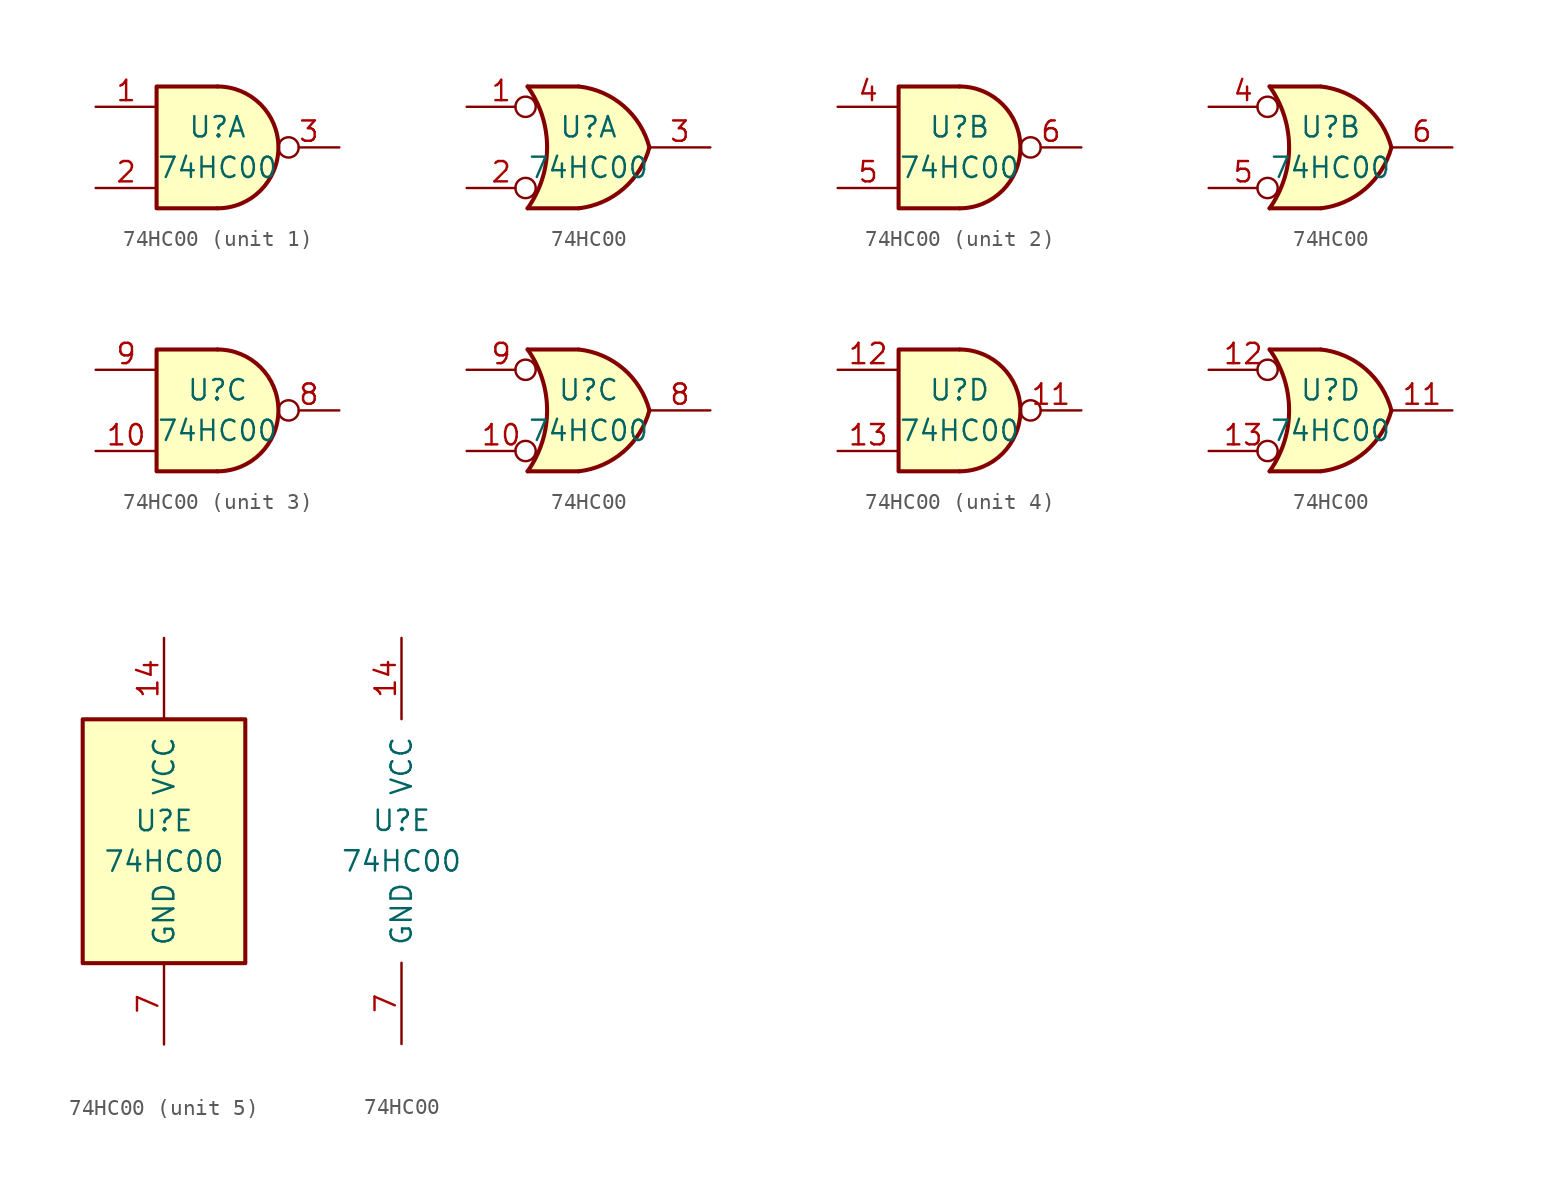
<source format=kicad_sym>
(kicad_symbol_lib
  (version 20241209)
  (generator "kicad_symbol_editor")
  (generator_version "9.0")
  (symbol "74HC00"
    (pin_names
      (offset 1.016))
    (property "Reference" "U"
      (at 0 1.27 0)
      (effects (font (size 1.27 1.27))))
    (property "Value" "74HC00"
      (at 0 -1.27 0)
      (effects (font (size 1.27 1.27))))
    (property "ki_locked" ""
      (at 0 0 0)
      (effects (font (size 1.27 1.27))))
    (symbol "74HC00_1_1"
      (arc (start 0 3.81) (mid 3.7934 0) (end 0 -3.81) (stroke (width 0.254) (type default)) (fill (type background)))
      (polyline (pts (xy 0 3.81) (xy -3.81 3.81) (xy -3.81 -3.81) (xy 0 -3.81)) (stroke (width 0.254) (type default)) (fill (type background)))
      (pin input line (at -7.62 2.54 0) (length 3.81) (name "~" (effects (font (size 1.27 1.27)))) (number "1" (effects (font (size 1.27 1.27)))))
      (pin input line (at -7.62 -2.54 0) (length 3.81) (name "~" (effects (font (size 1.27 1.27)))) (number "2" (effects (font (size 1.27 1.27)))))
      (pin output inverted (at 7.62 0 180) (length 3.81) (name "~" (effects (font (size 1.27 1.27)))) (number "3" (effects (font (size 1.27 1.27))))))
    (symbol "74HC00_1_2"
      (arc (start -3.81 3.81) (mid -2.589 0) (end -3.81 -3.81) (stroke (width 0.254) (type default)) (fill (type none)))
      (polyline (pts (xy -3.81 3.81) (xy -0.635 3.81)) (stroke (width 0.254) (type default)) (fill (type background)))
      (polyline (pts (xy -3.81 -3.81) (xy -0.635 -3.81)) (stroke (width 0.254) (type default)) (fill (type background)))
      (arc (start 3.81 0) (mid 2.1855 -2.584) (end -0.6096 -3.81) (stroke (width 0.254) (type default)) (fill (type background)))
      (arc (start -0.6096 3.81) (mid 2.1928 2.5924) (end 3.81 0) (stroke (width 0.254) (type default)) (fill (type background)))
      (polyline (pts (xy -0.635 3.81) (xy -3.81 3.81) (xy -3.81 3.81) (xy -3.556 3.404) (xy -3.023 2.261) (xy -2.692 1.041) (xy -2.616 -0.254) (xy -2.769 -1.499) (xy -3.175 -2.718) (xy -3.81 -3.81) (xy -3.81 -3.81) (xy -0.635 -3.81)) (stroke (width -25.4) (type default)) (fill (type background)))
      (pin input inverted (at -7.62 2.54 0) (length 4.318) (name "~" (effects (font (size 1.27 1.27)))) (number "1" (effects (font (size 1.27 1.27)))))
      (pin input inverted (at -7.62 -2.54 0) (length 4.318) (name "~" (effects (font (size 1.27 1.27)))) (number "2" (effects (font (size 1.27 1.27)))))
      (pin output line (at 7.62 0 180) (length 3.81) (name "~" (effects (font (size 1.27 1.27)))) (number "3" (effects (font (size 1.27 1.27))))))
    (symbol "74HC00_2_1"
      (arc (start 0 3.81) (mid 3.7934 0) (end 0 -3.81) (stroke (width 0.254) (type default)) (fill (type background)))
      (polyline (pts (xy 0 3.81) (xy -3.81 3.81) (xy -3.81 -3.81) (xy 0 -3.81)) (stroke (width 0.254) (type default)) (fill (type background)))
      (pin input line (at -7.62 2.54 0) (length 3.81) (name "~" (effects (font (size 1.27 1.27)))) (number "4" (effects (font (size 1.27 1.27)))))
      (pin input line (at -7.62 -2.54 0) (length 3.81) (name "~" (effects (font (size 1.27 1.27)))) (number "5" (effects (font (size 1.27 1.27)))))
      (pin output inverted (at 7.62 0 180) (length 3.81) (name "~" (effects (font (size 1.27 1.27)))) (number "6" (effects (font (size 1.27 1.27))))))
    (symbol "74HC00_2_2"
      (arc (start -3.81 3.81) (mid -2.589 0) (end -3.81 -3.81) (stroke (width 0.254) (type default)) (fill (type none)))
      (polyline (pts (xy -3.81 3.81) (xy -0.635 3.81)) (stroke (width 0.254) (type default)) (fill (type background)))
      (polyline (pts (xy -3.81 -3.81) (xy -0.635 -3.81)) (stroke (width 0.254) (type default)) (fill (type background)))
      (arc (start 3.81 0) (mid 2.1855 -2.584) (end -0.6096 -3.81) (stroke (width 0.254) (type default)) (fill (type background)))
      (arc (start -0.6096 3.81) (mid 2.1928 2.5924) (end 3.81 0) (stroke (width 0.254) (type default)) (fill (type background)))
      (polyline (pts (xy -0.635 3.81) (xy -3.81 3.81) (xy -3.81 3.81) (xy -3.556 3.404) (xy -3.023 2.261) (xy -2.692 1.041) (xy -2.616 -0.254) (xy -2.769 -1.499) (xy -3.175 -2.718) (xy -3.81 -3.81) (xy -3.81 -3.81) (xy -0.635 -3.81)) (stroke (width -25.4) (type default)) (fill (type background)))
      (pin input inverted (at -7.62 2.54 0) (length 4.318) (name "~" (effects (font (size 1.27 1.27)))) (number "4" (effects (font (size 1.27 1.27)))))
      (pin input inverted (at -7.62 -2.54 0) (length 4.318) (name "~" (effects (font (size 1.27 1.27)))) (number "5" (effects (font (size 1.27 1.27)))))
      (pin output line (at 7.62 0 180) (length 3.81) (name "~" (effects (font (size 1.27 1.27)))) (number "6" (effects (font (size 1.27 1.27))))))
    (symbol "74HC00_3_1"
      (arc (start 0 3.81) (mid 3.7934 0) (end 0 -3.81) (stroke (width 0.254) (type default)) (fill (type background)))
      (polyline (pts (xy 0 3.81) (xy -3.81 3.81) (xy -3.81 -3.81) (xy 0 -3.81)) (stroke (width 0.254) (type default)) (fill (type background)))
      (pin input line (at -7.62 2.54 0) (length 3.81) (name "~" (effects (font (size 1.27 1.27)))) (number "9" (effects (font (size 1.27 1.27)))))
      (pin input line (at -7.62 -2.54 0) (length 3.81) (name "~" (effects (font (size 1.27 1.27)))) (number "10" (effects (font (size 1.27 1.27)))))
      (pin output inverted (at 7.62 0 180) (length 3.81) (name "~" (effects (font (size 1.27 1.27)))) (number "8" (effects (font (size 1.27 1.27))))))
    (symbol "74HC00_3_2"
      (arc (start -3.81 3.81) (mid -2.589 0) (end -3.81 -3.81) (stroke (width 0.254) (type default)) (fill (type none)))
      (polyline (pts (xy -3.81 3.81) (xy -0.635 3.81)) (stroke (width 0.254) (type default)) (fill (type background)))
      (polyline (pts (xy -3.81 -3.81) (xy -0.635 -3.81)) (stroke (width 0.254) (type default)) (fill (type background)))
      (arc (start 3.81 0) (mid 2.1855 -2.584) (end -0.6096 -3.81) (stroke (width 0.254) (type default)) (fill (type background)))
      (arc (start -0.6096 3.81) (mid 2.1928 2.5924) (end 3.81 0) (stroke (width 0.254) (type default)) (fill (type background)))
      (polyline (pts (xy -0.635 3.81) (xy -3.81 3.81) (xy -3.81 3.81) (xy -3.556 3.404) (xy -3.023 2.261) (xy -2.692 1.041) (xy -2.616 -0.254) (xy -2.769 -1.499) (xy -3.175 -2.718) (xy -3.81 -3.81) (xy -3.81 -3.81) (xy -0.635 -3.81)) (stroke (width -25.4) (type default)) (fill (type background)))
      (pin input inverted (at -7.62 2.54 0) (length 4.318) (name "~" (effects (font (size 1.27 1.27)))) (number "9" (effects (font (size 1.27 1.27)))))
      (pin input inverted (at -7.62 -2.54 0) (length 4.318) (name "~" (effects (font (size 1.27 1.27)))) (number "10" (effects (font (size 1.27 1.27)))))
      (pin output line (at 7.62 0 180) (length 3.81) (name "~" (effects (font (size 1.27 1.27)))) (number "8" (effects (font (size 1.27 1.27))))))
    (symbol "74HC00_4_1"
      (arc (start 0 3.81) (mid 3.7934 0) (end 0 -3.81) (stroke (width 0.254) (type default)) (fill (type background)))
      (polyline (pts (xy 0 3.81) (xy -3.81 3.81) (xy -3.81 -3.81) (xy 0 -3.81)) (stroke (width 0.254) (type default)) (fill (type background)))
      (pin input line (at -7.62 2.54 0) (length 3.81) (name "~" (effects (font (size 1.27 1.27)))) (number "12" (effects (font (size 1.27 1.27)))))
      (pin input line (at -7.62 -2.54 0) (length 3.81) (name "~" (effects (font (size 1.27 1.27)))) (number "13" (effects (font (size 1.27 1.27)))))
      (pin output inverted (at 7.62 0 180) (length 3.81) (name "~" (effects (font (size 1.27 1.27)))) (number "11" (effects (font (size 1.27 1.27))))))
    (symbol "74HC00_4_2"
      (arc (start -3.81 3.81) (mid -2.589 0) (end -3.81 -3.81) (stroke (width 0.254) (type default)) (fill (type none)))
      (polyline (pts (xy -3.81 3.81) (xy -0.635 3.81)) (stroke (width 0.254) (type default)) (fill (type background)))
      (polyline (pts (xy -3.81 -3.81) (xy -0.635 -3.81)) (stroke (width 0.254) (type default)) (fill (type background)))
      (arc (start 3.81 0) (mid 2.1855 -2.584) (end -0.6096 -3.81) (stroke (width 0.254) (type default)) (fill (type background)))
      (arc (start -0.6096 3.81) (mid 2.1928 2.5924) (end 3.81 0) (stroke (width 0.254) (type default)) (fill (type background)))
      (polyline (pts (xy -0.635 3.81) (xy -3.81 3.81) (xy -3.81 3.81) (xy -3.556 3.404) (xy -3.023 2.261) (xy -2.692 1.041) (xy -2.616 -0.254) (xy -2.769 -1.499) (xy -3.175 -2.718) (xy -3.81 -3.81) (xy -3.81 -3.81) (xy -0.635 -3.81)) (stroke (width -25.4) (type default)) (fill (type background)))
      (pin input inverted (at -7.62 2.54 0) (length 4.318) (name "~" (effects (font (size 1.27 1.27)))) (number "12" (effects (font (size 1.27 1.27)))))
      (pin input inverted (at -7.62 -2.54 0) (length 4.318) (name "~" (effects (font (size 1.27 1.27)))) (number "13" (effects (font (size 1.27 1.27)))))
      (pin output line (at 7.62 0 180) (length 3.81) (name "~" (effects (font (size 1.27 1.27)))) (number "11" (effects (font (size 1.27 1.27))))))
    (symbol "74HC00_5_0"
      (pin power_in line (at 0 12.7 270) (length 5.08) (name "VCC" (effects (font (size 1.27 1.27)))) (number "14" (effects (font (size 1.27 1.27)))))
      (pin power_in line (at 0 -12.7 90) (length 5.08) (name "GND" (effects (font (size 1.27 1.27)))) (number "7" (effects (font (size 1.27 1.27))))))
    (symbol "74HC00_5_1"
      (rectangle (start -5.08 7.62) (end 5.08 -7.62) (stroke (width 0.254) (type default)) (fill (type background))))))
</source>
